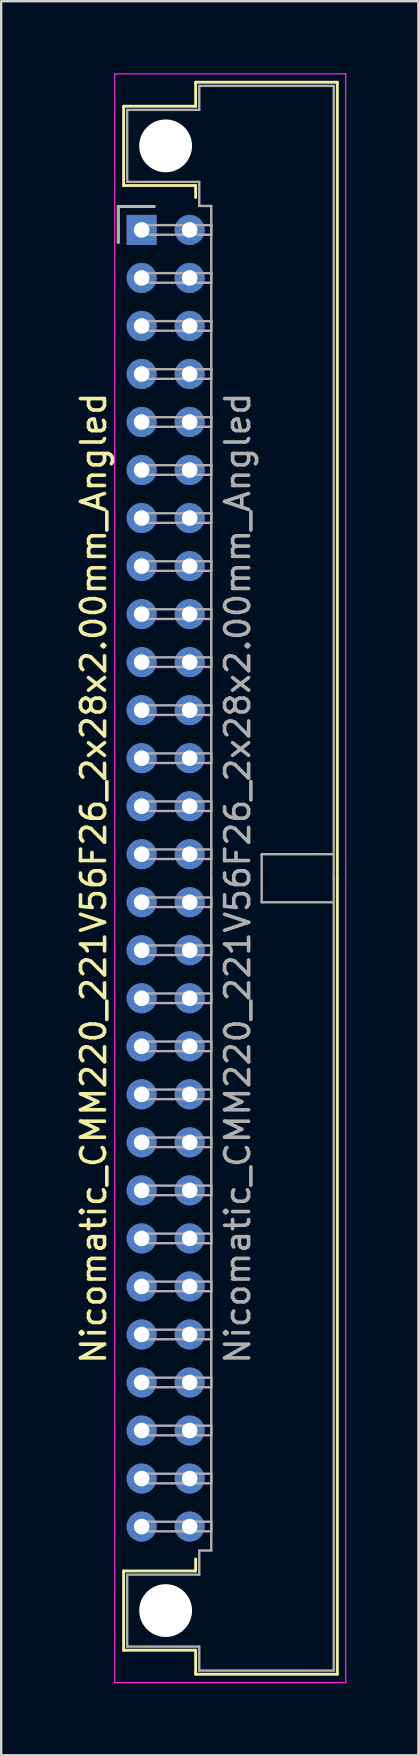
<source format=kicad_pcb>
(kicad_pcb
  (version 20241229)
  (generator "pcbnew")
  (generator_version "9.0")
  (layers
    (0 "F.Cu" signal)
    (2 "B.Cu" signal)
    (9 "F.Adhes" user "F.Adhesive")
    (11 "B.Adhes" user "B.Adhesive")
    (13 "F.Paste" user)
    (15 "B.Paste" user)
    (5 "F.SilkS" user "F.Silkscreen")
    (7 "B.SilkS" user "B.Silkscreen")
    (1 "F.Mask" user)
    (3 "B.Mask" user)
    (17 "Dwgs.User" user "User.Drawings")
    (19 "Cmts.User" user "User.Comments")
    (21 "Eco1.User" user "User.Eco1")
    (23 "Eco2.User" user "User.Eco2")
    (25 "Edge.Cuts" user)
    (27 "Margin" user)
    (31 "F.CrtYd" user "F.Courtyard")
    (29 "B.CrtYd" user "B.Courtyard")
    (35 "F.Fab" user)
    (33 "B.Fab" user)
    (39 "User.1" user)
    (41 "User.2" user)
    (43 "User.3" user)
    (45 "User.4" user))
  (footprint "Nicomatic_CMM220_221V56F26_2x28x2.00mm_Angled"
    (layer "F.Cu")
    (at 2.848 6.525)
    (property "Reference" "Nicomatic_CMM220_221V56F26_2x28x2.00mm_Angled" (at -2 27 90) (layer "F.SilkS") (effects (font (size 1 1) (thickness 0.15))))
    (attr through_hole)
    (fp_line (start -0.975 -0.975) (end -0.975 0.525) (stroke (width 0.12) (type solid)) (layer "F.SilkS"))
    (fp_line (start -0.75 -5.15) (end -0.75 -1.85) (stroke (width 0.12) (type solid)) (layer "F.SilkS"))
    (fp_line (start -0.75 -1.85) (end 2.25 -1.85) (stroke (width 0.12) (type solid)) (layer "F.SilkS"))
    (fp_line (start -0.75 55.85) (end 2.25 55.85) (stroke (width 0.12) (type solid)) (layer "F.SilkS"))
    (fp_line (start -0.75 59.15) (end -0.75 55.85) (stroke (width 0.12) (type solid)) (layer "F.SilkS"))
    (fp_line (start 0.525 -0.975) (end -0.975 -0.975) (stroke (width 0.12) (type solid)) (layer "F.SilkS"))
    (fp_line (start 2.25 -6.15) (end 2.25 -5.15) (stroke (width 0.12) (type solid)) (layer "F.SilkS"))
    (fp_line (start 2.25 -5.15) (end -0.75 -5.15) (stroke (width 0.12) (type solid)) (layer "F.SilkS"))
    (fp_line (start 2.25 -1.85) (end 2.25 -1.35) (stroke (width 0.12) (type solid)) (layer "F.SilkS"))
    (fp_line (start 2.25 55.85) (end 2.25 55.35) (stroke (width 0.12) (type solid)) (layer "F.SilkS"))
    (fp_line (start 2.25 59.15) (end -0.75 59.15) (stroke (width 0.12) (type solid)) (layer "F.SilkS"))
    (fp_line (start 2.25 60.15) (end 2.25 59.15) (stroke (width 0.12) (type solid)) (layer "F.SilkS"))
    (fp_line (start 8.15 -6.15) (end 2.25 -6.15) (stroke (width 0.12) (type solid)) (layer "F.SilkS"))
    (fp_line (start 8.15 27) (end 8.15 -6.15) (stroke (width 0.12) (type solid)) (layer "F.SilkS"))
    (fp_line (start 8.15 27) (end 8.15 60.15) (stroke (width 0.12) (type solid)) (layer "F.SilkS"))
    (fp_line (start 8.15 60.15) (end 2.25 60.15) (stroke (width 0.12) (type solid)) (layer "F.SilkS"))
    (fp_line (start -1.12 -6.5) (end -1.12 60.5) (stroke (width 0.05) (type solid)) (layer "F.CrtYd"))
    (fp_line (start -1.12 60.5) (end 8.5 60.5) (stroke (width 0.05) (type solid)) (layer "F.CrtYd"))
    (fp_line (start 8.5 -6.5) (end -1.12 -6.5) (stroke (width 0.05) (type solid)) (layer "F.CrtYd"))
    (fp_line (start 8.5 60.5) (end 8.5 -6.5) (stroke (width 0.05) (type solid)) (layer "F.CrtYd"))
    (fp_line (start -0.975 -0.975) (end -0.975 0.525) (stroke (width 0.1) (type solid)) (layer "F.Fab"))
    (fp_line (start -0.6 -5) (end -0.6 -2) (stroke (width 0.1) (type solid)) (layer "F.Fab"))
    (fp_line (start -0.6 -2) (end 2.4 -2) (stroke (width 0.1) (type solid)) (layer "F.Fab"))
    (fp_line (start -0.6 56) (end 2.4 56) (stroke (width 0.1) (type solid)) (layer "F.Fab"))
    (fp_line (start -0.6 59) (end -0.6 56) (stroke (width 0.1) (type solid)) (layer "F.Fab"))
    (fp_line (start 0 -0.2) (end 0 0.2) (stroke (width 0.1) (type solid)) (layer "F.Fab"))
    (fp_line (start 0 0.2) (end 2.9 0.2) (stroke (width 0.1) (type solid)) (layer "F.Fab"))
    (fp_line (start 0 1.8) (end 0 2.2) (stroke (width 0.1) (type solid)) (layer "F.Fab"))
    (fp_line (start 0 2.2) (end 2.9 2.2) (stroke (width 0.1) (type solid)) (layer "F.Fab"))
    (fp_line (start 0 3.8) (end 0 4.2) (stroke (width 0.1) (type solid)) (layer "F.Fab"))
    (fp_line (start 0 4.2) (end 2.9 4.2) (stroke (width 0.1) (type solid)) (layer "F.Fab"))
    (fp_line (start 0 5.8) (end 0 6.2) (stroke (width 0.1) (type solid)) (layer "F.Fab"))
    (fp_line (start 0 6.2) (end 2.9 6.2) (stroke (width 0.1) (type solid)) (layer "F.Fab"))
    (fp_line (start 0 7.8) (end 0 8.2) (stroke (width 0.1) (type solid)) (layer "F.Fab"))
    (fp_line (start 0 8.2) (end 2.9 8.2) (stroke (width 0.1) (type solid)) (layer "F.Fab"))
    (fp_line (start 0 9.8) (end 0 10.2) (stroke (width 0.1) (type solid)) (layer "F.Fab"))
    (fp_line (start 0 10.2) (end 2.9 10.2) (stroke (width 0.1) (type solid)) (layer "F.Fab"))
    (fp_line (start 0 11.8) (end 0 12.2) (stroke (width 0.1) (type solid)) (layer "F.Fab"))
    (fp_line (start 0 12.2) (end 2.9 12.2) (stroke (width 0.1) (type solid)) (layer "F.Fab"))
    (fp_line (start 0 13.8) (end 0 14.2) (stroke (width 0.1) (type solid)) (layer "F.Fab"))
    (fp_line (start 0 14.2) (end 2.9 14.2) (stroke (width 0.1) (type solid)) (layer "F.Fab"))
    (fp_line (start 0 15.8) (end 0 16.2) (stroke (width 0.1) (type solid)) (layer "F.Fab"))
    (fp_line (start 0 16.2) (end 2.9 16.2) (stroke (width 0.1) (type solid)) (layer "F.Fab"))
    (fp_line (start 0 17.8) (end 0 18.2) (stroke (width 0.1) (type solid)) (layer "F.Fab"))
    (fp_line (start 0 18.2) (end 2.9 18.2) (stroke (width 0.1) (type solid)) (layer "F.Fab"))
    (fp_line (start 0 19.8) (end 0 20.2) (stroke (width 0.1) (type solid)) (layer "F.Fab"))
    (fp_line (start 0 20.2) (end 2.9 20.2) (stroke (width 0.1) (type solid)) (layer "F.Fab"))
    (fp_line (start 0 21.8) (end 0 22.2) (stroke (width 0.1) (type solid)) (layer "F.Fab"))
    (fp_line (start 0 22.2) (end 2.9 22.2) (stroke (width 0.1) (type solid)) (layer "F.Fab"))
    (fp_line (start 0 23.8) (end 0 24.2) (stroke (width 0.1) (type solid)) (layer "F.Fab"))
    (fp_line (start 0 24.2) (end 2.9 24.2) (stroke (width 0.1) (type solid)) (layer "F.Fab"))
    (fp_line (start 0 25.8) (end 0 26.2) (stroke (width 0.1) (type solid)) (layer "F.Fab"))
    (fp_line (start 0 26.2) (end 2.9 26.2) (stroke (width 0.1) (type solid)) (layer "F.Fab"))
    (fp_line (start 0 27.8) (end 0 28.2) (stroke (width 0.1) (type solid)) (layer "F.Fab"))
    (fp_line (start 0 28.2) (end 2.9 28.2) (stroke (width 0.1) (type solid)) (layer "F.Fab"))
    (fp_line (start 0 29.8) (end 0 30.2) (stroke (width 0.1) (type solid)) (layer "F.Fab"))
    (fp_line (start 0 30.2) (end 2.9 30.2) (stroke (width 0.1) (type solid)) (layer "F.Fab"))
    (fp_line (start 0 31.8) (end 0 32.2) (stroke (width 0.1) (type solid)) (layer "F.Fab"))
    (fp_line (start 0 32.2) (end 2.9 32.2) (stroke (width 0.1) (type solid)) (layer "F.Fab"))
    (fp_line (start 0 33.8) (end 0 34.2) (stroke (width 0.1) (type solid)) (layer "F.Fab"))
    (fp_line (start 0 34.2) (end 2.9 34.2) (stroke (width 0.1) (type solid)) (layer "F.Fab"))
    (fp_line (start 0 35.8) (end 0 36.2) (stroke (width 0.1) (type solid)) (layer "F.Fab"))
    (fp_line (start 0 36.2) (end 2.9 36.2) (stroke (width 0.1) (type solid)) (layer "F.Fab"))
    (fp_line (start 0 37.8) (end 0 38.2) (stroke (width 0.1) (type solid)) (layer "F.Fab"))
    (fp_line (start 0 38.2) (end 2.9 38.2) (stroke (width 0.1) (type solid)) (layer "F.Fab"))
    (fp_line (start 0 39.8) (end 0 40.2) (stroke (width 0.1) (type solid)) (layer "F.Fab"))
    (fp_line (start 0 40.2) (end 2.9 40.2) (stroke (width 0.1) (type solid)) (layer "F.Fab"))
    (fp_line (start 0 41.8) (end 0 42.2) (stroke (width 0.1) (type solid)) (layer "F.Fab"))
    (fp_line (start 0 42.2) (end 2.9 42.2) (stroke (width 0.1) (type solid)) (layer "F.Fab"))
    (fp_line (start 0 43.8) (end 0 44.2) (stroke (width 0.1) (type solid)) (layer "F.Fab"))
    (fp_line (start 0 44.2) (end 2.9 44.2) (stroke (width 0.1) (type solid)) (layer "F.Fab"))
    (fp_line (start 0 45.8) (end 0 46.2) (stroke (width 0.1) (type solid)) (layer "F.Fab"))
    (fp_line (start 0 46.2) (end 2.9 46.2) (stroke (width 0.1) (type solid)) (layer "F.Fab"))
    (fp_line (start 0 47.8) (end 0 48.2) (stroke (width 0.1) (type solid)) (layer "F.Fab"))
    (fp_line (start 0 48.2) (end 2.9 48.2) (stroke (width 0.1) (type solid)) (layer "F.Fab"))
    (fp_line (start 0 49.8) (end 0 50.2) (stroke (width 0.1) (type solid)) (layer "F.Fab"))
    (fp_line (start 0 50.2) (end 2.9 50.2) (stroke (width 0.1) (type solid)) (layer "F.Fab"))
    (fp_line (start 0 51.8) (end 0 52.2) (stroke (width 0.1) (type solid)) (layer "F.Fab"))
    (fp_line (start 0 52.2) (end 2.9 52.2) (stroke (width 0.1) (type solid)) (layer "F.Fab"))
    (fp_line (start 0 53.8) (end 0 54.2) (stroke (width 0.1) (type solid)) (layer "F.Fab"))
    (fp_line (start 0 54.2) (end 2.9 54.2) (stroke (width 0.1) (type solid)) (layer "F.Fab"))
    (fp_line (start 0.525 -0.975) (end -0.975 -0.975) (stroke (width 0.1) (type solid)) (layer "F.Fab"))
    (fp_line (start 2.4 -6) (end 2.4 -5) (stroke (width 0.1) (type solid)) (layer "F.Fab"))
    (fp_line (start 2.4 -5) (end -0.6 -5) (stroke (width 0.1) (type solid)) (layer "F.Fab"))
    (fp_line (start 2.4 -2) (end 2.4 -1) (stroke (width 0.1) (type solid)) (layer "F.Fab"))
    (fp_line (start 2.4 -1) (end 2.9 -1) (stroke (width 0.1) (type solid)) (layer "F.Fab"))
    (fp_line (start 2.4 55) (end 2.9 55) (stroke (width 0.1) (type solid)) (layer "F.Fab"))
    (fp_line (start 2.4 56) (end 2.4 55) (stroke (width 0.1) (type solid)) (layer "F.Fab"))
    (fp_line (start 2.4 59) (end -0.6 59) (stroke (width 0.1) (type solid)) (layer "F.Fab"))
    (fp_line (start 2.4 60) (end 2.4 59) (stroke (width 0.1) (type solid)) (layer "F.Fab"))
    (fp_line (start 2.9 -1) (end 2.9 27) (stroke (width 0.1) (type solid)) (layer "F.Fab"))
    (fp_line (start 2.9 -0.2) (end 0 -0.2) (stroke (width 0.1) (type solid)) (layer "F.Fab"))
    (fp_line (start 2.9 0.2) (end 2.9 -0.2) (stroke (width 0.1) (type solid)) (layer "F.Fab"))
    (fp_line (start 2.9 1.8) (end 0 1.8) (stroke (width 0.1) (type solid)) (layer "F.Fab"))
    (fp_line (start 2.9 2.2) (end 2.9 1.8) (stroke (width 0.1) (type solid)) (layer "F.Fab"))
    (fp_line (start 2.9 3.8) (end 0 3.8) (stroke (width 0.1) (type solid)) (layer "F.Fab"))
    (fp_line (start 2.9 4.2) (end 2.9 3.8) (stroke (width 0.1) (type solid)) (layer "F.Fab"))
    (fp_line (start 2.9 5.8) (end 0 5.8) (stroke (width 0.1) (type solid)) (layer "F.Fab"))
    (fp_line (start 2.9 6.2) (end 2.9 5.8) (stroke (width 0.1) (type solid)) (layer "F.Fab"))
    (fp_line (start 2.9 7.8) (end 0 7.8) (stroke (width 0.1) (type solid)) (layer "F.Fab"))
    (fp_line (start 2.9 8.2) (end 2.9 7.8) (stroke (width 0.1) (type solid)) (layer "F.Fab"))
    (fp_line (start 2.9 9.8) (end 0 9.8) (stroke (width 0.1) (type solid)) (layer "F.Fab"))
    (fp_line (start 2.9 10.2) (end 2.9 9.8) (stroke (width 0.1) (type solid)) (layer "F.Fab"))
    (fp_line (start 2.9 11.8) (end 0 11.8) (stroke (width 0.1) (type solid)) (layer "F.Fab"))
    (fp_line (start 2.9 12.2) (end 2.9 11.8) (stroke (width 0.1) (type solid)) (layer "F.Fab"))
    (fp_line (start 2.9 13.8) (end 0 13.8) (stroke (width 0.1) (type solid)) (layer "F.Fab"))
    (fp_line (start 2.9 14.2) (end 2.9 13.8) (stroke (width 0.1) (type solid)) (layer "F.Fab"))
    (fp_line (start 2.9 15.8) (end 0 15.8) (stroke (width 0.1) (type solid)) (layer "F.Fab"))
    (fp_line (start 2.9 16.2) (end 2.9 15.8) (stroke (width 0.1) (type solid)) (layer "F.Fab"))
    (fp_line (start 2.9 17.8) (end 0 17.8) (stroke (width 0.1) (type solid)) (layer "F.Fab"))
    (fp_line (start 2.9 18.2) (end 2.9 17.8) (stroke (width 0.1) (type solid)) (layer "F.Fab"))
    (fp_line (start 2.9 19.8) (end 0 19.8) (stroke (width 0.1) (type solid)) (layer "F.Fab"))
    (fp_line (start 2.9 20.2) (end 2.9 19.8) (stroke (width 0.1) (type solid)) (layer "F.Fab"))
    (fp_line (start 2.9 21.8) (end 0 21.8) (stroke (width 0.1) (type solid)) (layer "F.Fab"))
    (fp_line (start 2.9 22.2) (end 2.9 21.8) (stroke (width 0.1) (type solid)) (layer "F.Fab"))
    (fp_line (start 2.9 23.8) (end 0 23.8) (stroke (width 0.1) (type solid)) (layer "F.Fab"))
    (fp_line (start 2.9 24.2) (end 2.9 23.8) (stroke (width 0.1) (type solid)) (layer "F.Fab"))
    (fp_line (start 2.9 25.8) (end 0 25.8) (stroke (width 0.1) (type solid)) (layer "F.Fab"))
    (fp_line (start 2.9 26.2) (end 2.9 25.8) (stroke (width 0.1) (type solid)) (layer "F.Fab"))
    (fp_line (start 2.9 27.8) (end 0 27.8) (stroke (width 0.1) (type solid)) (layer "F.Fab"))
    (fp_line (start 2.9 28.2) (end 2.9 27.8) (stroke (width 0.1) (type solid)) (layer "F.Fab"))
    (fp_line (start 2.9 29.8) (end 0 29.8) (stroke (width 0.1) (type solid)) (layer "F.Fab"))
    (fp_line (start 2.9 30.2) (end 2.9 29.8) (stroke (width 0.1) (type solid)) (layer "F.Fab"))
    (fp_line (start 2.9 31.8) (end 0 31.8) (stroke (width 0.1) (type solid)) (layer "F.Fab"))
    (fp_line (start 2.9 32.2) (end 2.9 31.8) (stroke (width 0.1) (type solid)) (layer "F.Fab"))
    (fp_line (start 2.9 33.8) (end 0 33.8) (stroke (width 0.1) (type solid)) (layer "F.Fab"))
    (fp_line (start 2.9 34.2) (end 2.9 33.8) (stroke (width 0.1) (type solid)) (layer "F.Fab"))
    (fp_line (start 2.9 35.8) (end 0 35.8) (stroke (width 0.1) (type solid)) (layer "F.Fab"))
    (fp_line (start 2.9 36.2) (end 2.9 35.8) (stroke (width 0.1) (type solid)) (layer "F.Fab"))
    (fp_line (start 2.9 37.8) (end 0 37.8) (stroke (width 0.1) (type solid)) (layer "F.Fab"))
    (fp_line (start 2.9 38.2) (end 2.9 37.8) (stroke (width 0.1) (type solid)) (layer "F.Fab"))
    (fp_line (start 2.9 39.8) (end 0 39.8) (stroke (width 0.1) (type solid)) (layer "F.Fab"))
    (fp_line (start 2.9 40.2) (end 2.9 39.8) (stroke (width 0.1) (type solid)) (layer "F.Fab"))
    (fp_line (start 2.9 41.8) (end 0 41.8) (stroke (width 0.1) (type solid)) (layer "F.Fab"))
    (fp_line (start 2.9 42.2) (end 2.9 41.8) (stroke (width 0.1) (type solid)) (layer "F.Fab"))
    (fp_line (start 2.9 43.8) (end 0 43.8) (stroke (width 0.1) (type solid)) (layer "F.Fab"))
    (fp_line (start 2.9 44.2) (end 2.9 43.8) (stroke (width 0.1) (type solid)) (layer "F.Fab"))
    (fp_line (start 2.9 45.8) (end 0 45.8) (stroke (width 0.1) (type solid)) (layer "F.Fab"))
    (fp_line (start 2.9 46.2) (end 2.9 45.8) (stroke (width 0.1) (type solid)) (layer "F.Fab"))
    (fp_line (start 2.9 47.8) (end 0 47.8) (stroke (width 0.1) (type solid)) (layer "F.Fab"))
    (fp_line (start 2.9 48.2) (end 2.9 47.8) (stroke (width 0.1) (type solid)) (layer "F.Fab"))
    (fp_line (start 2.9 49.8) (end 0 49.8) (stroke (width 0.1) (type solid)) (layer "F.Fab"))
    (fp_line (start 2.9 50.2) (end 2.9 49.8) (stroke (width 0.1) (type solid)) (layer "F.Fab"))
    (fp_line (start 2.9 51.8) (end 0 51.8) (stroke (width 0.1) (type solid)) (layer "F.Fab"))
    (fp_line (start 2.9 52.2) (end 2.9 51.8) (stroke (width 0.1) (type solid)) (layer "F.Fab"))
    (fp_line (start 2.9 53.8) (end 0 53.8) (stroke (width 0.1) (type solid)) (layer "F.Fab"))
    (fp_line (start 2.9 54.2) (end 2.9 53.8) (stroke (width 0.1) (type solid)) (layer "F.Fab"))
    (fp_line (start 2.9 55) (end 2.9 27) (stroke (width 0.1) (type solid)) (layer "F.Fab"))
    (fp_line (start 5 26) (end 5 28) (stroke (width 0.1) (type solid)) (layer "F.Fab"))
    (fp_line (start 5 28) (end 8 28) (stroke (width 0.1) (type solid)) (layer "F.Fab"))
    (fp_line (start 8 -6) (end 2.4 -6) (stroke (width 0.1) (type solid)) (layer "F.Fab"))
    (fp_line (start 8 26) (end 5 26) (stroke (width 0.1) (type solid)) (layer "F.Fab"))
    (fp_line (start 8 27) (end 8 -6) (stroke (width 0.1) (type solid)) (layer "F.Fab"))
    (fp_line (start 8 27) (end 8 60) (stroke (width 0.1) (type solid)) (layer "F.Fab"))
    (fp_line (start 8 60) (end 2.4 60) (stroke (width 0.1) (type solid)) (layer "F.Fab"))
    (fp_text user "${REFERENCE}" (at 4 27 90) (layer "F.Fab") (effects (font (size 1 1) (thickness 0.15))))
    (pad "" np_thru_hole circle (at 1 -3.5) (size 2.2 2.2) (drill 2.2) (layers "*.Cu" "*.Mask"))
    (pad "" np_thru_hole circle (at 1 57.5) (size 2.2 2.2) (drill 2.2) (layers "*.Cu" "*.Mask"))
    (pad "1" thru_hole rect (at 0 0) (size 1.25 1.25) (drill 0.65) (layers "*.Cu" "*.Mask"))
    (pad "2" thru_hole oval (at 0 2) (size 1.25 1.25) (drill 0.65) (layers "*.Cu" "*.Mask"))
    (pad "3" thru_hole oval (at 0 4) (size 1.25 1.25) (drill 0.65) (layers "*.Cu" "*.Mask"))
    (pad "4" thru_hole oval (at 0 6) (size 1.25 1.25) (drill 0.65) (layers "*.Cu" "*.Mask"))
    (pad "5" thru_hole oval (at 0 8) (size 1.25 1.25) (drill 0.65) (layers "*.Cu" "*.Mask"))
    (pad "6" thru_hole oval (at 0 10) (size 1.25 1.25) (drill 0.65) (layers "*.Cu" "*.Mask"))
    (pad "7" thru_hole oval (at 0 12) (size 1.25 1.25) (drill 0.65) (layers "*.Cu" "*.Mask"))
    (pad "8" thru_hole oval (at 0 14) (size 1.25 1.25) (drill 0.65) (layers "*.Cu" "*.Mask"))
    (pad "9" thru_hole oval (at 0 16) (size 1.25 1.25) (drill 0.65) (layers "*.Cu" "*.Mask"))
    (pad "10" thru_hole oval (at 0 18) (size 1.25 1.25) (drill 0.65) (layers "*.Cu" "*.Mask"))
    (pad "11" thru_hole oval (at 0 20) (size 1.25 1.25) (drill 0.65) (layers "*.Cu" "*.Mask"))
    (pad "12" thru_hole oval (at 0 22) (size 1.25 1.25) (drill 0.65) (layers "*.Cu" "*.Mask"))
    (pad "13" thru_hole oval (at 0 24) (size 1.25 1.25) (drill 0.65) (layers "*.Cu" "*.Mask"))
    (pad "14" thru_hole oval (at 0 26) (size 1.25 1.25) (drill 0.65) (layers "*.Cu" "*.Mask"))
    (pad "15" thru_hole oval (at 0 28) (size 1.25 1.25) (drill 0.65) (layers "*.Cu" "*.Mask"))
    (pad "16" thru_hole oval (at 0 30) (size 1.25 1.25) (drill 0.65) (layers "*.Cu" "*.Mask"))
    (pad "17" thru_hole oval (at 0 32) (size 1.25 1.25) (drill 0.65) (layers "*.Cu" "*.Mask"))
    (pad "18" thru_hole oval (at 0 34) (size 1.25 1.25) (drill 0.65) (layers "*.Cu" "*.Mask"))
    (pad "19" thru_hole oval (at 0 36) (size 1.25 1.25) (drill 0.65) (layers "*.Cu" "*.Mask"))
    (pad "20" thru_hole oval (at 0 38) (size 1.25 1.25) (drill 0.65) (layers "*.Cu" "*.Mask"))
    (pad "21" thru_hole oval (at 0 40) (size 1.25 1.25) (drill 0.65) (layers "*.Cu" "*.Mask"))
    (pad "22" thru_hole oval (at 0 42) (size 1.25 1.25) (drill 0.65) (layers "*.Cu" "*.Mask"))
    (pad "23" thru_hole oval (at 0 44) (size 1.25 1.25) (drill 0.65) (layers "*.Cu" "*.Mask"))
    (pad "24" thru_hole oval (at 0 46) (size 1.25 1.25) (drill 0.65) (layers "*.Cu" "*.Mask"))
    (pad "25" thru_hole oval (at 0 48) (size 1.25 1.25) (drill 0.65) (layers "*.Cu" "*.Mask"))
    (pad "26" thru_hole oval (at 0 50) (size 1.25 1.25) (drill 0.65) (layers "*.Cu" "*.Mask"))
    (pad "27" thru_hole oval (at 0 52) (size 1.25 1.25) (drill 0.65) (layers "*.Cu" "*.Mask"))
    (pad "28" thru_hole oval (at 0 54) (size 1.25 1.25) (drill 0.65) (layers "*.Cu" "*.Mask"))
    (pad "29" thru_hole oval (at 2 0) (size 1.25 1.25) (drill 0.65) (layers "*.Cu" "*.Mask"))
    (pad "30" thru_hole oval (at 2 2) (size 1.25 1.25) (drill 0.65) (layers "*.Cu" "*.Mask"))
    (pad "31" thru_hole oval (at 2 4) (size 1.25 1.25) (drill 0.65) (layers "*.Cu" "*.Mask"))
    (pad "32" thru_hole oval (at 2 6) (size 1.25 1.25) (drill 0.65) (layers "*.Cu" "*.Mask"))
    (pad "33" thru_hole oval (at 2 8) (size 1.25 1.25) (drill 0.65) (layers "*.Cu" "*.Mask"))
    (pad "34" thru_hole oval (at 2 10) (size 1.25 1.25) (drill 0.65) (layers "*.Cu" "*.Mask"))
    (pad "35" thru_hole oval (at 2 12) (size 1.25 1.25) (drill 0.65) (layers "*.Cu" "*.Mask"))
    (pad "36" thru_hole oval (at 2 14) (size 1.25 1.25) (drill 0.65) (layers "*.Cu" "*.Mask"))
    (pad "37" thru_hole oval (at 2 16) (size 1.25 1.25) (drill 0.65) (layers "*.Cu" "*.Mask"))
    (pad "38" thru_hole oval (at 2 18) (size 1.25 1.25) (drill 0.65) (layers "*.Cu" "*.Mask"))
    (pad "39" thru_hole oval (at 2 20) (size 1.25 1.25) (drill 0.65) (layers "*.Cu" "*.Mask"))
    (pad "40" thru_hole oval (at 2 22) (size 1.25 1.25) (drill 0.65) (layers "*.Cu" "*.Mask"))
    (pad "41" thru_hole oval (at 2 24) (size 1.25 1.25) (drill 0.65) (layers "*.Cu" "*.Mask"))
    (pad "42" thru_hole oval (at 2 26) (size 1.25 1.25) (drill 0.65) (layers "*.Cu" "*.Mask"))
    (pad "43" thru_hole oval (at 2 28) (size 1.25 1.25) (drill 0.65) (layers "*.Cu" "*.Mask"))
    (pad "44" thru_hole oval (at 2 30) (size 1.25 1.25) (drill 0.65) (layers "*.Cu" "*.Mask"))
    (pad "45" thru_hole oval (at 2 32) (size 1.25 1.25) (drill 0.65) (layers "*.Cu" "*.Mask"))
    (pad "46" thru_hole oval (at 2 34) (size 1.25 1.25) (drill 0.65) (layers "*.Cu" "*.Mask"))
    (pad "47" thru_hole oval (at 2 36) (size 1.25 1.25) (drill 0.65) (layers "*.Cu" "*.Mask"))
    (pad "48" thru_hole oval (at 2 38) (size 1.25 1.25) (drill 0.65) (layers "*.Cu" "*.Mask"))
    (pad "49" thru_hole oval (at 2 40) (size 1.25 1.25) (drill 0.65) (layers "*.Cu" "*.Mask"))
    (pad "50" thru_hole oval (at 2 42) (size 1.25 1.25) (drill 0.65) (layers "*.Cu" "*.Mask"))
    (pad "51" thru_hole oval (at 2 44) (size 1.25 1.25) (drill 0.65) (layers "*.Cu" "*.Mask"))
    (pad "52" thru_hole oval (at 2 46) (size 1.25 1.25) (drill 0.65) (layers "*.Cu" "*.Mask"))
    (pad "53" thru_hole oval (at 2 48) (size 1.25 1.25) (drill 0.65) (layers "*.Cu" "*.Mask"))
    (pad "54" thru_hole oval (at 2 50) (size 1.25 1.25) (drill 0.65) (layers "*.Cu" "*.Mask"))
    (pad "55" thru_hole oval (at 2 52) (size 1.25 1.25) (drill 0.65) (layers "*.Cu" "*.Mask"))
    (pad "56" thru_hole oval (at 2 54) (size 1.25 1.25) (drill 0.65) (layers "*.Cu" "*.Mask")))
  (gr_rect
    (start -3 -3)
    (end 14.373 70.05)
    (stroke (width 0.1) (type default))
    (fill no)
    (layer "Edge.Cuts")))
</source>
